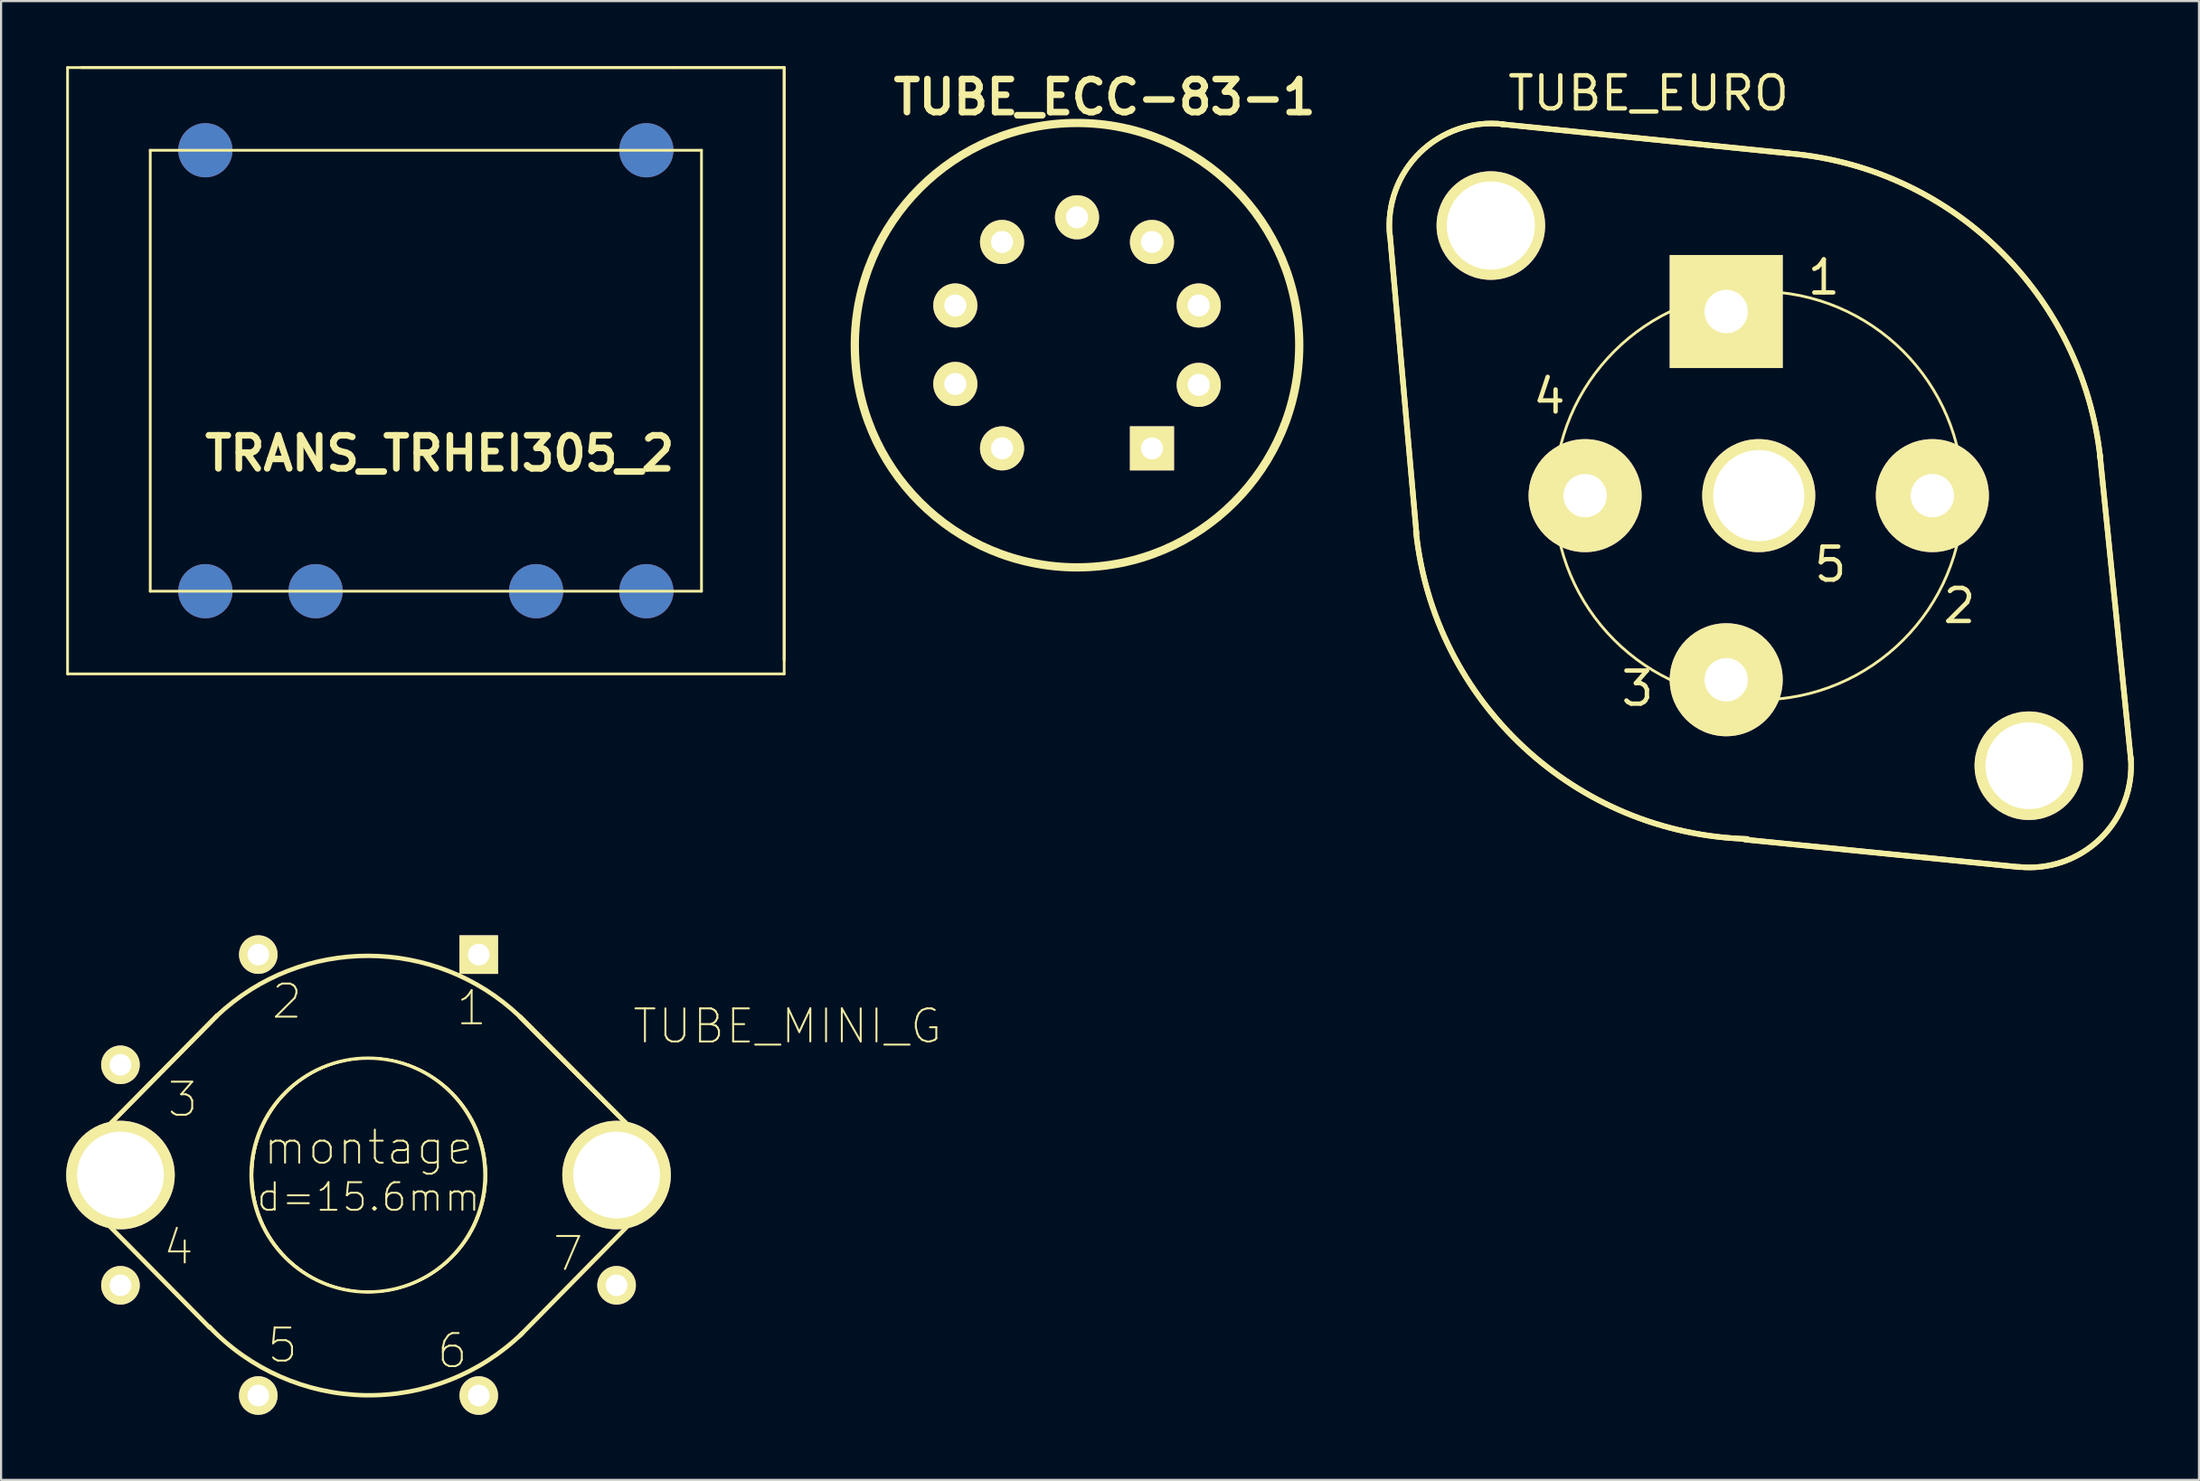
<source format=kicad_pcb>
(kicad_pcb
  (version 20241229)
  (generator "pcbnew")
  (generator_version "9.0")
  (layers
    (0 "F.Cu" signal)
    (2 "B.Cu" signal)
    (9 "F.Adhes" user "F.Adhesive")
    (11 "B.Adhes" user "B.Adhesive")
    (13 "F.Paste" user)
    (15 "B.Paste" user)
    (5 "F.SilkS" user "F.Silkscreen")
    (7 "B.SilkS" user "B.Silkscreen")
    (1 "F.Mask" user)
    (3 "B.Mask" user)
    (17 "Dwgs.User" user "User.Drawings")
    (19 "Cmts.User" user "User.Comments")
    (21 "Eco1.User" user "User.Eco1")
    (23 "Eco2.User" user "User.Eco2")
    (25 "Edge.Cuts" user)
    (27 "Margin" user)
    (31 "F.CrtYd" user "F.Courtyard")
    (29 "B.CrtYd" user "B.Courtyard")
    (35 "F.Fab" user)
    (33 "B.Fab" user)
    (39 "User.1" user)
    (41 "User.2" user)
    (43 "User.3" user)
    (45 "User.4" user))
  (footprint "TUBE_MINI_G"
    (layer "F.Cu")
    (at 13.931 51.099)
    (property "Reference" "TUBE_MINI_G" (at 19.304 -6.858 0) (layer "F.SilkS") (effects (font (size 1.524 1.524) (thickness 0.089))))
    (attr exclude_from_pos_files exclude_from_bom)
    (fp_line (start -12.929 -1.321) (end -6.985 -7.341) (stroke (width 0.203) (type solid)) (layer "F.SilkS"))
    (fp_line (start -12.929 -1.321) (end -6.985 -7.341) (stroke (width 0.203) (type solid)) (layer "F.SilkS"))
    (fp_line (start -12.929 1.346) (end -7.315 7.036) (stroke (width 0.203) (type solid)) (layer "F.SilkS"))
    (fp_line (start 6.985 -7.29) (end 12.979 -1.27) (stroke (width 0.203) (type solid)) (layer "F.SilkS"))
    (fp_line (start 6.985 -7.29) (end 12.979 -1.27) (stroke (width 0.203) (type solid)) (layer "F.SilkS"))
    (fp_line (start 6.985 -7.29) (end 12.979 -1.27) (stroke (width 0.203) (type solid)) (layer "F.SilkS"))
    (fp_line (start 12.903 1.372) (end 6.985 7.391) (stroke (width 0.203) (type solid)) (layer "F.SilkS"))
    (fp_arc (start -12.90066 1.34874) (mid -13.42538 0.019987) (end -12.927382 -1.31901) (stroke (width 0.2032) (type solid)) (layer "F.SilkS"))
    (fp_arc (start -6.985 -7.3406) (mid -0.00353 -10.101458) (end 6.96598 -7.310547) (stroke (width 0.2032) (type solid)) (layer "F.SilkS"))
    (fp_arc (start 7.09422 7.28218) (mid -0.178599 10.14676) (end -7.330404 6.992175) (stroke (width 0.2032) (type solid)) (layer "F.SilkS"))
    (fp_arc (start 12.9794 -1.27) (mid 13.431537 0.085971) (end 12.864795 1.398178) (stroke (width 0.2032) (type solid)) (layer "F.SilkS"))
    (fp_circle (center -0.025 0) (end -3.835 3.81) (stroke (width 0.152) (type solid)) (fill no) (layer "F.SilkS"))
    (fp_circle (center 0.025 0) (end 3.835 3.81) (stroke (width 0.102) (type solid)) (fill no) (layer "F.SilkS"))
    (fp_circle (center 0.025 0) (end 3.835 3.81) (stroke (width 0.102) (type solid)) (fill no) (layer "F.SilkS"))
    (fp_circle (center 0.025 0) (end 3.835 3.81) (stroke (width 0.102) (type solid)) (fill no) (layer "F.SilkS"))
    (fp_text user "5" (at -3.962 7.849 0) (layer "F.SilkS") (effects (font (size 1.524 1.524) (thickness 0.089))))
    (fp_text user "6" (at 3.861 8.103 0) (layer "F.SilkS") (effects (font (size 1.524 1.524) (thickness 0.089))))
    (fp_text user "d=15.6mm" (at 0 1.016 0) (layer "F.SilkS") (effects (font (size 1.27 1.27) (thickness 0.089))))
    (fp_text user "1" (at 4.75 -7.696 0) (layer "F.SilkS") (effects (font (size 1.524 1.524) (thickness 0.089))))
    (fp_text user "montage" (at 0 -1.27 0) (layer "F.SilkS") (effects (font (size 1.524 1.524) (thickness 0.089))))
    (fp_text user "4" (at -8.76 3.327 0) (layer "F.SilkS") (effects (font (size 1.524 1.524) (thickness 0.089))))
    (fp_text user "7" (at 9.195 3.63 0) (layer "F.SilkS") (effects (font (size 1.524 1.524) (thickness 0.089))))
    (fp_text user "3" (at -8.56 -3.48 0) (layer "F.SilkS") (effects (font (size 1.524 1.524) (thickness 0.089))))
    (fp_text user "2" (at -3.759 -8.001 0) (layer "F.SilkS") (effects (font (size 1.524 1.524) (thickness 0.089))))
    (pad "" thru_hole circle (at -11.43 0) (size 5.001 5.001) (drill 4) (layers "*.Cu" "F.Mask" "F.SilkS" "F.Paste"))
    (pad "" thru_hole circle (at 11.43 0) (size 5.001 5.001) (drill 4) (layers "*.Cu" "F.Mask" "F.SilkS" "F.Paste"))
    (pad "1" thru_hole rect (at 5.08 -10.16) (size 1.778 1.778) (drill 0.998) (layers "*.Cu" "F.Mask" "F.SilkS" "F.Paste"))
    (pad "2" thru_hole circle (at -5.08 -10.16) (size 1.778 1.778) (drill 0.998) (layers "*.Cu" "F.Mask" "F.SilkS" "F.Paste"))
    (pad "3" thru_hole circle (at -11.43 -5.08) (size 1.778 1.778) (drill 0.998) (layers "*.Cu" "F.Mask" "F.SilkS" "F.Paste"))
    (pad "4" thru_hole circle (at -11.43 5.08) (size 1.778 1.778) (drill 0.998) (layers "*.Cu" "F.Mask" "F.SilkS" "F.Paste"))
    (pad "5" thru_hole circle (at -5.08 10.16) (size 1.778 1.778) (drill 0.998) (layers "*.Cu" "F.Mask" "F.SilkS" "F.Paste"))
    (pad "6" thru_hole circle (at 5.08 10.16) (size 1.778 1.778) (drill 0.998) (layers "*.Cu" "F.Mask" "F.SilkS" "F.Paste"))
    (pad "7" thru_hole circle (at 11.43 5.08) (size 1.778 1.778) (drill 0.998) (layers "*.Cu" "F.Mask" "F.SilkS" "F.Paste")))
  (footprint "TUBE_ECC-83-1"
    (layer "F.Cu")
    (at 46.577 12.856)
    (property "Reference" "TUBE_ECC-83-1" (at 1.27 -11.43 0) (layer "F.SilkS") (effects (font (size 1.524 1.524) (thickness 0.305))))
    (attr through_hole)
    (fp_circle (center 0 0) (end 10.16 1.27) (stroke (width 0.381) (type solid)) (fill no) (layer "F.SilkS"))
    (pad "1" thru_hole rect (at 3.454 4.755) (size 2.032 2.032) (drill 1.016) (layers "*.Cu" "*.Mask" "F.SilkS"))
    (pad "2" thru_hole circle (at 5.608 1.829) (size 2.032 2.032) (drill 1.016) (layers "*.Cu" "*.Mask" "F.SilkS"))
    (pad "3" thru_hole circle (at 5.608 -1.829) (size 2.032 2.032) (drill 1.016) (layers "*.Cu" "*.Mask" "F.SilkS"))
    (pad "4" thru_hole circle (at 3.454 -4.755) (size 2.032 2.032) (drill 1.016) (layers "*.Cu" "*.Mask" "F.SilkS"))
    (pad "5" thru_hole circle (at 0 -5.893) (size 2.032 2.032) (drill 1.016) (layers "*.Cu" "*.Mask" "F.SilkS"))
    (pad "6" thru_hole circle (at -3.454 -4.755) (size 2.032 2.032) (drill 1.016) (layers "*.Cu" "*.Mask" "F.SilkS"))
    (pad "7" thru_hole circle (at -5.608 -1.829) (size 2.032 2.032) (drill 1.016) (layers "*.Cu" "*.Mask" "F.SilkS"))
    (pad "8" thru_hole circle (at -5.608 1.788) (size 2.032 2.032) (drill 1.016) (layers "*.Cu" "*.Mask" "F.SilkS"))
    (pad "9" thru_hole circle (at -3.454 4.755) (size 2.032 2.032) (drill 1.016) (layers "*.Cu" "*.Mask" "F.SilkS")))
  (footprint "TUBE_EURO"
    (layer "F.Cu")
    (at 77.989 19.79)
    (property "Reference" "TUBE_EURO" (at -5.08 -18.542 0) (layer "F.SilkS") (effects (font (size 1.524 1.524) (thickness 0.203))))
    (attr exclude_from_pos_files exclude_from_bom)
    (fp_line (start -15.773 1.727) (end -16.993 -12.014) (stroke (width 0.254) (type solid)) (layer "F.SilkS"))
    (fp_line (start -15.773 1.727) (end -16.993 -12.014) (stroke (width 0.254) (type solid)) (layer "F.SilkS"))
    (fp_line (start -11.862 -17.12) (end 1.372 -15.773) (stroke (width 0.254) (type solid)) (layer "F.SilkS"))
    (fp_line (start -11.862 -17.12) (end 1.372 -15.773) (stroke (width 0.254) (type solid)) (layer "F.SilkS"))
    (fp_line (start 12.04 17.12) (end -0.635 15.85) (stroke (width 0.254) (type solid)) (layer "F.SilkS"))
    (fp_line (start 12.04 17.12) (end -0.635 15.85) (stroke (width 0.254) (type solid)) (layer "F.SilkS"))
    (fp_line (start 17.145 12.141) (end 15.723 -1.854) (stroke (width 0.254) (type solid)) (layer "F.SilkS"))
    (fp_line (start 17.145 12.141) (end 15.723 -1.854) (stroke (width 0.254) (type solid)) (layer "F.SilkS"))
    (fp_arc (start -17.00022 -11.98626) (mid -15.619349 -15.797549) (end -11.787255 -17.119588) (stroke (width 0.254) (type solid)) (layer "F.SilkS"))
    (fp_arc (start -17.00022 -11.98626) (mid -15.619349 -15.797549) (end -11.787255 -17.119588) (stroke (width 0.254) (type solid)) (layer "F.SilkS"))
    (fp_arc (start -0.5207 15.82166) (mid -10.825921 11.594935) (end -15.795623 1.626743) (stroke (width 0.254) (type solid)) (layer "F.SilkS"))
    (fp_arc (start -0.5207 15.82166) (mid -10.825921 11.594935) (end -15.795623 1.626743) (stroke (width 0.254) (type solid)) (layer "F.SilkS"))
    (fp_arc (start 1.3716 -15.7734) (mid 11.06139 -11.339934) (end 15.73496 -1.763641) (stroke (width 0.254) (type solid)) (layer "F.SilkS"))
    (fp_arc (start 1.3716 -15.7734) (mid 11.06139 -11.339934) (end 15.73496 -1.763641) (stroke (width 0.254) (type solid)) (layer "F.SilkS"))
    (fp_arc (start 17.145 12.0904) (mid 15.742083 15.803323) (end 11.993757 17.108708) (stroke (width 0.254) (type solid)) (layer "F.SilkS"))
    (fp_arc (start 17.145 12.0904) (mid 15.742083 15.803323) (end 11.993757 17.108708) (stroke (width 0.254) (type solid)) (layer "F.SilkS"))
    (fp_circle (center 0 0) (end -6.655 6.655) (stroke (width 0.127) (type solid)) (fill no) (layer "F.SilkS"))
    (fp_text user "5" (at 3.302 3.175 0) (layer "F.SilkS") (effects (font (size 1.524 1.524) (thickness 0.203))))
    (fp_text user "4" (at -9.652 -4.572 0) (layer "F.SilkS") (effects (font (size 1.524 1.524) (thickness 0.203))))
    (fp_text user "2" (at 9.246 5.08 0) (layer "F.SilkS") (effects (font (size 1.524 1.524) (thickness 0.203))))
    (fp_text user "3" (at -5.588 8.89 0) (layer "F.SilkS") (effects (font (size 1.524 1.524) (thickness 0.203))))
    (fp_text user "1" (at 2.997 -10.058 0) (layer "F.SilkS") (effects (font (size 1.524 1.524) (thickness 0.203))))
    (pad "" thru_hole circle (at -12.344 -12.446) (size 5.001 5.001) (drill 4.064) (layers "*.Cu" "F.Mask" "F.SilkS" "F.Paste"))
    (pad "" thru_hole circle (at 12.446 12.446) (size 5.001 5.001) (drill 4) (layers "*.Cu" "F.Mask" "F.SilkS" "F.Paste"))
    (pad "1" thru_hole rect (at -1.499 -8.484) (size 5.207 5.207) (drill 1.999) (layers "*.Cu" "F.Mask" "F.SilkS" "F.Paste"))
    (pad "2" thru_hole circle (at 8.001 0) (size 5.207 5.207) (drill 1.999) (layers "*.Cu" "F.Mask" "F.SilkS" "F.Paste"))
    (pad "3" thru_hole circle (at -1.499 8.484) (size 5.207 5.207) (drill 1.999) (layers "*.Cu" "F.Mask" "F.SilkS" "F.Paste"))
    (pad "4" thru_hole circle (at -8.001 0) (size 5.207 5.207) (drill 1.999) (layers "*.Cu" "F.Mask" "F.SilkS" "F.Paste"))
    (pad "5" thru_hole circle (at 0 0) (size 5.207 5.207) (drill 4.199) (layers "*.Cu" "F.Mask" "F.SilkS" "F.Paste")))
  (footprint "TRANS_TRHEI305_2"
    (layer "F.Cu")
    (at 16.573 14.034)
    (property "Reference" "TRANS_TRHEI305_2" (at 0.635 3.81 0) (layer "F.SilkS") (effects (font (size 1.524 1.524) (thickness 0.305))))
    (attr through_hole)
    (fp_line (start -16.51 -13.97) (end 16.51 -13.97) (stroke (width 0.127) (type solid)) (layer "F.SilkS"))
    (fp_line (start -16.51 13.97) (end -16.51 -13.97) (stroke (width 0.127) (type solid)) (layer "F.SilkS"))
    (fp_line (start -15.875 -13.97) (end 11.43 -13.97) (stroke (width 0.127) (type solid)) (layer "F.SilkS"))
    (fp_line (start -12.7 -10.16) (end 12.7 -10.16) (stroke (width 0.127) (type solid)) (layer "F.SilkS"))
    (fp_line (start -12.7 10.16) (end -12.7 -10.16) (stroke (width 0.127) (type solid)) (layer "F.SilkS"))
    (fp_line (start 11.43 -13.97) (end 16.51 -13.97) (stroke (width 0.127) (type solid)) (layer "F.SilkS"))
    (fp_line (start 12.7 -10.16) (end 12.7 10.16) (stroke (width 0.127) (type solid)) (layer "F.SilkS"))
    (fp_line (start 12.7 10.16) (end -12.7 10.16) (stroke (width 0.127) (type solid)) (layer "F.SilkS"))
    (fp_line (start 16.51 -13.97) (end 16.51 13.335) (stroke (width 0.127) (type solid)) (layer "F.SilkS"))
    (fp_line (start 16.51 -13.97) (end 16.51 13.97) (stroke (width 0.127) (type solid)) (layer "F.SilkS"))
    (fp_line (start 16.51 13.97) (end -16.51 13.97) (stroke (width 0.127) (type solid)) (layer "F.SilkS"))
    (pad "1" smd circle (at 10.16 -10.16) (size 2.499 2.499) (layers "*.Cu" "*.Mask"))
    (pad "5" smd circle (at -10.16 -10.16) (size 2.499 2.499) (layers "*.Cu" "*.Mask"))
    (pad "6" smd circle (at -10.16 10.16) (size 2.499 2.499) (layers "*.Cu" "*.Mask"))
    (pad "7" smd circle (at -5.08 10.16) (size 2.499 2.499) (layers "*.Cu" "*.Mask"))
    (pad "9" smd circle (at 5.08 10.16) (size 2.499 2.499) (layers "*.Cu" "*.Mask"))
    (pad "10" smd circle (at 10.16 10.16) (size 2.499 2.499) (layers "*.Cu" "*.Mask")))
  (gr_rect
    (start -3 -3)
    (end 98.275 65.148)
    (stroke (width 0.1) (type default))
    (fill no)
    (layer "Edge.Cuts")))
</source>
